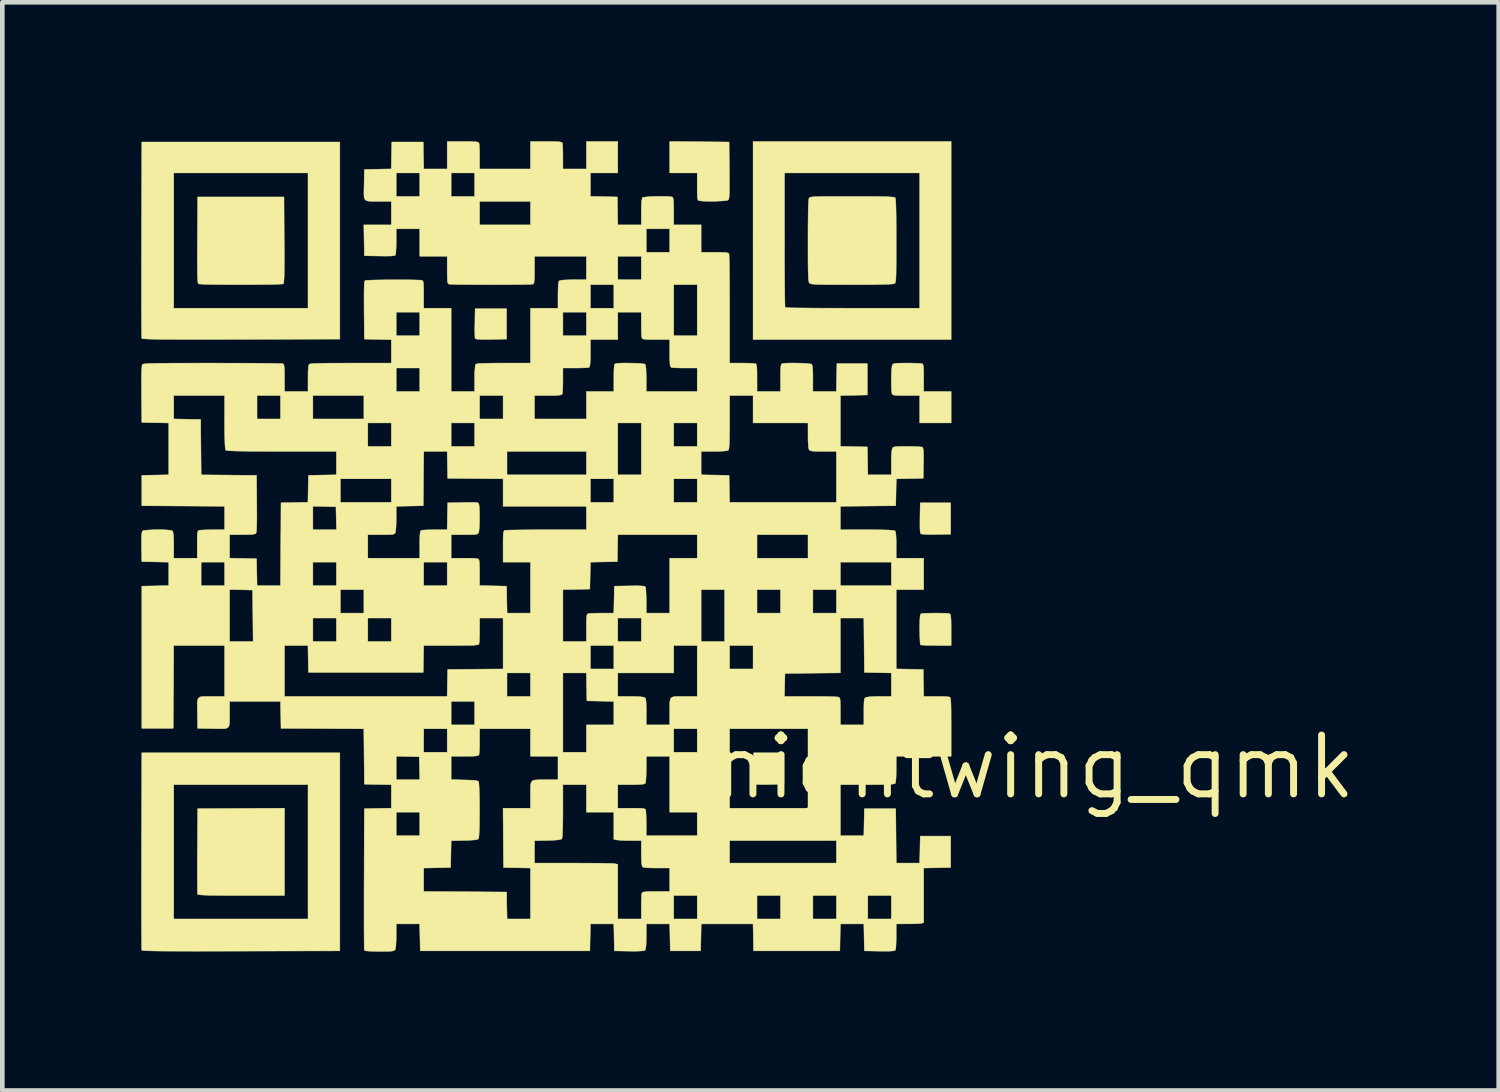
<source format=kicad_pcb>
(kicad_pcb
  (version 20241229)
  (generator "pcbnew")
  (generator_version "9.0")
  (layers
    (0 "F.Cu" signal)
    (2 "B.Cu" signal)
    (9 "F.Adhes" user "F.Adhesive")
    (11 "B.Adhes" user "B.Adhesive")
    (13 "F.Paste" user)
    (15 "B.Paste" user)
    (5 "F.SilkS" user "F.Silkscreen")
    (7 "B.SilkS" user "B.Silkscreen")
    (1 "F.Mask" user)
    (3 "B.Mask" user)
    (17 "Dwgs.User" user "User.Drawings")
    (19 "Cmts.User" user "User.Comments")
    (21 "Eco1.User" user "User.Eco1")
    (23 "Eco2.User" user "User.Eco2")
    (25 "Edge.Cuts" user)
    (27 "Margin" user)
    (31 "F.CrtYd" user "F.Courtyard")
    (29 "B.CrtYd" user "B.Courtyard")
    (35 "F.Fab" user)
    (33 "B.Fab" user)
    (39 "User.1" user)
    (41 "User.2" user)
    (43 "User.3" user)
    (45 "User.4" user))
  (footprint "nightwing_qmk"
    (layer "F.Cu")
    (at 19.284 13.51)
    (property "Reference" "nightwing_qmk" (at 0 0 0) (layer "F.SilkS") (effects (font (size 1.27 1.27) (thickness 0.15))))
    (attr through_hole)
    (fp_poly (pts (xy -1.81 -5.027) (xy -2.117 -5.022) (xy -2.228 -5.021) (xy -2.325 -5.023) (xy -2.4 -5.026) (xy -2.444 -5.032) (xy -2.451 -5.034) (xy -2.461 -5.052) (xy -2.469 -5.094) (xy -2.472 -5.164) (xy -2.473 -5.267) (xy -2.472 -5.378) (xy -2.466 -5.704) (xy -1.81 -5.704) (xy -1.81 -5.027)) (stroke (width 0.01) (type solid)) (fill yes) (layer "F.SilkS"))
    (fp_poly (pts (xy -11.398 -9.239) (xy -11.732 -9.233) (xy -11.864 -9.232) (xy -11.959 -9.233) (xy -12.023 -9.237) (xy -12.06 -9.243) (xy -12.076 -9.254) (xy -12.077 -9.256) (xy -12.08 -9.286) (xy -12.082 -9.35) (xy -12.083 -9.44) (xy -12.082 -9.547) (xy -12.081 -9.589) (xy -12.076 -9.895) (xy -11.398 -9.895) (xy -11.398 -9.239)) (stroke (width 0.01) (type solid)) (fill yes) (layer "F.SilkS"))
    (fp_poly (pts (xy -5.408 0.37) (xy -5.731 0.376) (xy -5.861 0.378) (xy -5.954 0.377) (xy -6.016 0.373) (xy -6.051 0.366) (xy -6.065 0.355) (xy -6.065 0.354) (xy -6.069 0.324) (xy -6.071 0.26) (xy -6.072 0.17) (xy -6.071 0.062) (xy -6.07 0.01) (xy -6.064 -0.307) (xy -5.408 -0.307) (xy -5.408 0.37)) (stroke (width 0.01) (type solid)) (fill yes) (layer "F.SilkS"))
    (fp_poly (pts (xy -16.192 2.773) (xy -17.124 2.773) (xy -17.358 2.773) (xy -17.552 2.772) (xy -17.71 2.77) (xy -17.835 2.768) (xy -17.93 2.765) (xy -17.997 2.761) (xy -18.04 2.756) (xy -18.062 2.75) (xy -18.067 2.746) (xy -18.069 2.72) (xy -18.07 2.656) (xy -18.072 2.559) (xy -18.072 2.433) (xy -18.073 2.282) (xy -18.073 2.112) (xy -18.072 1.926) (xy -18.071 1.81) (xy -18.066 0.9) (xy -16.192 0.889) (xy -16.192 2.773)) (stroke (width 0.01) (type solid)) (fill yes) (layer "F.SilkS"))
    (fp_poly (pts (xy -6.593 -13.494) (xy -6.588 -12.88) (xy -6.586 -12.701) (xy -6.586 -12.561) (xy -6.586 -12.453) (xy -6.588 -12.373) (xy -6.592 -12.317) (xy -6.597 -12.28) (xy -6.604 -12.257) (xy -6.614 -12.244) (xy -6.618 -12.24) (xy -6.651 -12.231) (xy -6.716 -12.224) (xy -6.803 -12.219) (xy -6.904 -12.215) (xy -7.008 -12.214) (xy -7.105 -12.216) (xy -7.185 -12.22) (xy -7.24 -12.227) (xy -7.244 -12.228) (xy -7.259 -12.236) (xy -7.269 -12.255) (xy -7.276 -12.291) (xy -7.28 -12.352) (xy -7.281 -12.444) (xy -7.281 -12.532) (xy -7.281 -12.827) (xy -7.874 -12.827) (xy -7.874 -13.505) (xy -6.593 -13.494)) (stroke (width 0.01) (type solid)) (fill yes) (layer "F.SilkS"))
    (fp_poly (pts (xy -1.799 -9.229) (xy -6.075 -9.229) (xy -6.075 -12.827) (xy -5.397 -12.827) (xy -5.397 -11.381) (xy -5.397 -11.137) (xy -5.397 -10.906) (xy -5.396 -10.691) (xy -5.395 -10.495) (xy -5.393 -10.322) (xy -5.391 -10.175) (xy -5.389 -10.059) (xy -5.387 -9.975) (xy -5.385 -9.929) (xy -5.383 -9.92) (xy -5.36 -9.918) (xy -5.298 -9.915) (xy -5.201 -9.913) (xy -5.072 -9.911) (xy -4.914 -9.91) (xy -4.732 -9.908) (xy -4.528 -9.907) (xy -4.306 -9.907) (xy -4.069 -9.906) (xy -3.923 -9.906) (xy -2.477 -9.906) (xy -2.477 -12.827) (xy -5.397 -12.827) (xy -6.075 -12.827) (xy -6.075 -13.504) (xy -1.799 -13.504) (xy -1.799 -9.229)) (stroke (width 0.01) (type solid)) (fill yes) (layer "F.SilkS"))
    (fp_poly (pts (xy -2.032 -3.322) (xy -1.94 -3.32) (xy -1.871 -3.316) (xy -1.834 -3.311) (xy -1.833 -3.31) (xy -1.82 -3.3) (xy -1.811 -3.276) (xy -1.805 -3.234) (xy -1.801 -3.165) (xy -1.799 -3.066) (xy -1.799 -2.961) (xy -1.799 -2.625) (xy -2.124 -2.625) (xy -2.237 -2.626) (xy -2.335 -2.628) (xy -2.41 -2.632) (xy -2.454 -2.636) (xy -2.462 -2.639) (xy -2.467 -2.664) (xy -2.471 -2.724) (xy -2.475 -2.81) (xy -2.476 -2.916) (xy -2.477 -2.975) (xy -2.476 -3.101) (xy -2.474 -3.191) (xy -2.469 -3.25) (xy -2.462 -3.286) (xy -2.452 -3.305) (xy -2.443 -3.31) (xy -2.41 -3.315) (xy -2.344 -3.319) (xy -2.254 -3.322) (xy -2.149 -3.323) (xy -2.138 -3.323) (xy -2.032 -3.322)) (stroke (width 0.01) (type solid)) (fill yes) (layer "F.SilkS"))
    (fp_poly (pts (xy -16.198 -11.378) (xy -16.196 -11.146) (xy -16.196 -10.952) (xy -16.197 -10.794) (xy -16.198 -10.67) (xy -16.2 -10.575) (xy -16.204 -10.507) (xy -16.209 -10.462) (xy -16.214 -10.438) (xy -16.219 -10.432) (xy -16.245 -10.428) (xy -16.309 -10.425) (xy -16.406 -10.422) (xy -16.532 -10.419) (xy -16.682 -10.417) (xy -16.852 -10.416) (xy -17.037 -10.415) (xy -17.134 -10.415) (xy -17.325 -10.415) (xy -17.503 -10.416) (xy -17.663 -10.418) (xy -17.802 -10.42) (xy -17.915 -10.423) (xy -17.996 -10.426) (xy -18.042 -10.43) (xy -18.05 -10.432) (xy -18.057 -10.444) (xy -18.062 -10.476) (xy -18.066 -10.528) (xy -18.069 -10.606) (xy -18.071 -10.711) (xy -18.073 -10.848) (xy -18.073 -11.018) (xy -18.072 -11.225) (xy -18.071 -11.378) (xy -18.066 -12.308) (xy -16.203 -12.308) (xy -16.198 -11.378)) (stroke (width 0.01) (type solid)) (fill yes) (layer "F.SilkS"))
    (fp_poly (pts (xy -14.997 -9.239) (xy -17.13 -9.234) (xy -17.49 -9.233) (xy -17.81 -9.233) (xy -18.092 -9.232) (xy -18.338 -9.233) (xy -18.55 -9.233) (xy -18.73 -9.234) (xy -18.881 -9.235) (xy -19.003 -9.237) (xy -19.1 -9.239) (xy -19.173 -9.242) (xy -19.225 -9.245) (xy -19.257 -9.249) (xy -19.272 -9.253) (xy -19.273 -9.255) (xy -19.274 -9.279) (xy -19.276 -9.343) (xy -19.277 -9.444) (xy -19.278 -9.578) (xy -19.278 -9.743) (xy -19.279 -9.936) (xy -19.279 -10.154) (xy -19.279 -10.393) (xy -19.279 -10.653) (xy -19.279 -10.928) (xy -19.278 -11.217) (xy -19.278 -11.388) (xy -19.274 -12.827) (xy -18.584 -12.827) (xy -18.584 -9.906) (xy -15.684 -9.906) (xy -15.684 -12.827) (xy -18.584 -12.827) (xy -19.274 -12.827) (xy -19.272 -13.494) (xy -14.997 -13.494) (xy -14.997 -9.239)) (stroke (width 0.01) (type solid)) (fill yes) (layer "F.SilkS"))
    (fp_poly (pts (xy -14.997 3.969) (xy -17.13 3.974) (xy -17.49 3.975) (xy -17.81 3.975) (xy -18.092 3.976) (xy -18.338 3.975) (xy -18.55 3.975) (xy -18.73 3.974) (xy -18.881 3.973) (xy -19.003 3.971) (xy -19.1 3.969) (xy -19.173 3.966) (xy -19.225 3.963) (xy -19.257 3.959) (xy -19.272 3.955) (xy -19.273 3.953) (xy -19.274 3.929) (xy -19.276 3.865) (xy -19.277 3.764) (xy -19.277 3.63) (xy -19.278 3.465) (xy -19.279 3.272) (xy -19.279 3.054) (xy -19.279 2.814) (xy -19.279 2.555) (xy -19.279 2.279) (xy -19.278 1.989) (xy -19.278 1.81) (xy -19.274 0.381) (xy -18.584 0.381) (xy -18.584 3.281) (xy -15.684 3.281) (xy -15.684 0.381) (xy -18.584 0.381) (xy -19.274 0.381) (xy -19.272 -0.307) (xy -14.997 -0.307) (xy -14.997 3.969)) (stroke (width 0.01) (type solid)) (fill yes) (layer "F.SilkS"))
    (fp_poly (pts (xy -2.643 -8.72) (xy -2.547 -8.717) (xy -2.473 -8.714) (xy -2.43 -8.709) (xy -2.425 -8.708) (xy -2.412 -8.697) (xy -2.402 -8.672) (xy -2.396 -8.626) (xy -2.393 -8.553) (xy -2.392 -8.446) (xy -2.392 -8.401) (xy -2.392 -8.107) (xy -1.799 -8.107) (xy -1.799 -7.429) (xy -2.477 -7.429) (xy -2.477 -8.022) (xy -2.77 -8.022) (xy -2.887 -8.022) (xy -2.968 -8.024) (xy -3.021 -8.028) (xy -3.052 -8.035) (xy -3.067 -8.046) (xy -3.075 -8.064) (xy -3.077 -8.07) (xy -3.084 -8.118) (xy -3.088 -8.195) (xy -3.09 -8.29) (xy -3.089 -8.393) (xy -3.087 -8.493) (xy -3.082 -8.582) (xy -3.076 -8.648) (xy -3.068 -8.68) (xy -3.056 -8.696) (xy -3.036 -8.707) (xy -3.001 -8.715) (xy -2.943 -8.719) (xy -2.856 -8.72) (xy -2.753 -8.721) (xy -2.643 -8.72)) (stroke (width 0.01) (type solid)) (fill yes) (layer "F.SilkS"))
    (fp_poly (pts (xy -3.704 -12.319) (xy -3.508 -12.318) (xy -3.349 -12.316) (xy -3.223 -12.313) (xy -3.129 -12.31) (xy -3.064 -12.305) (xy -3.025 -12.3) (xy -3.01 -12.294) (xy -3.003 -12.276) (xy -2.998 -12.234) (xy -2.993 -12.166) (xy -2.99 -12.069) (xy -2.987 -11.94) (xy -2.986 -11.777) (xy -2.985 -11.577) (xy -2.985 -11.363) (xy -2.985 -11.144) (xy -2.985 -10.963) (xy -2.986 -10.816) (xy -2.987 -10.701) (xy -2.989 -10.612) (xy -2.992 -10.547) (xy -2.996 -10.501) (xy -3.001 -10.471) (xy -3.008 -10.453) (xy -3.016 -10.442) (xy -3.025 -10.436) (xy -3.058 -10.43) (xy -3.132 -10.425) (xy -3.246 -10.421) (xy -3.398 -10.417) (xy -3.586 -10.415) (xy -3.81 -10.414) (xy -3.945 -10.414) (xy -4.163 -10.414) (xy -4.344 -10.415) (xy -4.489 -10.416) (xy -4.604 -10.418) (xy -4.692 -10.42) (xy -4.756 -10.424) (xy -4.801 -10.428) (xy -4.831 -10.434) (xy -4.849 -10.442) (xy -4.856 -10.447) (xy -4.865 -10.46) (xy -4.871 -10.481) (xy -4.877 -10.516) (xy -4.881 -10.567) (xy -4.884 -10.639) (xy -4.887 -10.736) (xy -4.888 -10.86) (xy -4.889 -11.017) (xy -4.889 -11.21) (xy -4.889 -11.359) (xy -4.889 -11.601) (xy -4.887 -11.809) (xy -4.885 -11.981) (xy -4.881 -12.115) (xy -4.876 -12.21) (xy -4.871 -12.265) (xy -4.868 -12.278) (xy -4.861 -12.288) (xy -4.85 -12.296) (xy -4.83 -12.303) (xy -4.799 -12.308) (xy -4.752 -12.312) (xy -4.685 -12.315) (xy -4.594 -12.317) (xy -4.476 -12.318) (xy -4.327 -12.319) (xy -4.143 -12.319) (xy -3.94 -12.319) (xy -3.704 -12.319)) (stroke (width 0.01) (type solid)) (fill yes) (layer "F.SilkS"))
    (fp_poly (pts (xy -12.214 -13.504) (xy -12.121 -13.502) (xy -12.059 -13.498) (xy -12.021 -13.491) (xy -12 -13.481) (xy -11.993 -13.471) (xy -11.988 -13.438) (xy -11.984 -13.371) (xy -11.981 -13.282) (xy -11.98 -13.178) (xy -11.98 -13.175) (xy -11.98 -12.912) (xy -10.88 -12.912) (xy -10.88 -13.504) (xy -10.543 -13.504) (xy -10.414 -13.504) (xy -10.322 -13.502) (xy -10.26 -13.498) (xy -10.221 -13.491) (xy -10.201 -13.481) (xy -10.194 -13.471) (xy -10.189 -13.438) (xy -10.185 -13.371) (xy -10.182 -13.282) (xy -10.181 -13.178) (xy -10.181 -13.175) (xy -10.181 -12.912) (xy -9.673 -12.912) (xy -9.673 -13.504) (xy -8.996 -13.504) (xy -8.996 -12.827) (xy -9.588 -12.827) (xy -9.588 -12.32) (xy -9.006 -12.308) (xy -9.001 -12.007) (xy -8.995 -11.705) (xy -8.488 -11.705) (xy -8.488 -11.987) (xy -8.486 -12.124) (xy -8.48 -12.221) (xy -8.47 -12.278) (xy -8.462 -12.294) (xy -8.434 -12.302) (xy -8.372 -12.309) (xy -8.287 -12.315) (xy -8.188 -12.319) (xy -8.084 -12.32) (xy -7.986 -12.32) (xy -7.903 -12.316) (xy -7.843 -12.311) (xy -7.823 -12.306) (xy -7.809 -12.295) (xy -7.8 -12.27) (xy -7.794 -12.224) (xy -7.791 -12.151) (xy -7.789 -12.044) (xy -7.789 -11.999) (xy -7.789 -11.705) (xy -7.197 -11.705) (xy -7.197 -11.113) (xy -6.903 -11.113) (xy -6.783 -11.112) (xy -6.699 -11.109) (xy -6.645 -11.104) (xy -6.613 -11.096) (xy -6.598 -11.084) (xy -6.596 -11.079) (xy -6.593 -11.052) (xy -6.591 -10.987) (xy -6.589 -10.887) (xy -6.587 -10.757) (xy -6.586 -10.6) (xy -6.584 -10.421) (xy -6.583 -10.224) (xy -6.583 -10.012) (xy -6.583 -9.883) (xy -6.583 -8.721) (xy -6.32 -8.721) (xy -6.216 -8.72) (xy -6.126 -8.717) (xy -6.059 -8.713) (xy -6.024 -8.708) (xy -6.024 -8.708) (xy -6.01 -8.697) (xy -6.001 -8.672) (xy -5.995 -8.626) (xy -5.991 -8.553) (xy -5.99 -8.446) (xy -5.99 -8.401) (xy -5.99 -8.107) (xy -5.482 -8.107) (xy -5.482 -8.401) (xy -5.482 -8.52) (xy -5.479 -8.604) (xy -5.474 -8.659) (xy -5.466 -8.69) (xy -5.454 -8.705) (xy -5.449 -8.708) (xy -5.408 -8.715) (xy -5.338 -8.72) (xy -5.247 -8.722) (xy -5.145 -8.721) (xy -5.043 -8.719) (xy -4.948 -8.715) (xy -4.871 -8.708) (xy -4.822 -8.701) (xy -4.809 -8.695) (xy -4.797 -8.662) (xy -4.789 -8.59) (xy -4.784 -8.478) (xy -4.784 -8.388) (xy -4.784 -8.107) (xy -4.277 -8.107) (xy -4.265 -8.71) (xy -3.609 -8.71) (xy -3.609 -8.033) (xy -4.191 -8.021) (xy -4.191 -6.923) (xy -3.609 -6.911) (xy -3.603 -6.609) (xy -3.597 -6.308) (xy -3.09 -6.308) (xy -3.09 -6.574) (xy -3.089 -6.679) (xy -3.084 -6.772) (xy -3.077 -6.842) (xy -3.069 -6.88) (xy -3.068 -6.881) (xy -3.057 -6.897) (xy -3.037 -6.908) (xy -3.002 -6.915) (xy -2.945 -6.919) (xy -2.859 -6.921) (xy -2.746 -6.921) (xy -2.635 -6.92) (xy -2.539 -6.917) (xy -2.466 -6.912) (xy -2.424 -6.906) (xy -2.418 -6.904) (xy -2.407 -6.886) (xy -2.4 -6.844) (xy -2.396 -6.775) (xy -2.395 -6.672) (xy -2.397 -6.56) (xy -2.402 -6.234) (xy -2.693 -6.228) (xy -2.983 -6.222) (xy -2.989 -5.931) (xy -2.995 -5.641) (xy -3.593 -5.635) (xy -4.191 -5.63) (xy -4.191 -5.122) (xy -3.613 -5.122) (xy -3.425 -5.122) (xy -3.276 -5.12) (xy -3.163 -5.117) (xy -3.083 -5.112) (xy -3.033 -5.106) (xy -3.01 -5.097) (xy -3.01 -5.097) (xy -2.998 -5.064) (xy -2.989 -4.992) (xy -2.985 -4.879) (xy -2.985 -4.79) (xy -2.985 -4.508) (xy -2.392 -4.508) (xy -2.392 -3.831) (xy -2.985 -3.831) (xy -2.985 -2.118) (xy -2.402 -2.106) (xy -2.397 -1.815) (xy -2.391 -1.524) (xy -2.128 -1.524) (xy -2.025 -1.523) (xy -1.935 -1.52) (xy -1.868 -1.516) (xy -1.833 -1.511) (xy -1.833 -1.511) (xy -1.823 -1.503) (xy -1.815 -1.485) (xy -1.81 -1.453) (xy -1.805 -1.401) (xy -1.802 -1.326) (xy -1.8 -1.223) (xy -1.8 -1.088) (xy -1.799 -0.916) (xy -1.799 -0.866) (xy -1.799 -0.233) (xy -2.985 -0.233) (xy -2.985 0.049) (xy -2.986 0.186) (xy -2.992 0.283) (xy -3.002 0.34) (xy -3.01 0.356) (xy -3.032 0.364) (xy -3.08 0.37) (xy -3.158 0.375) (xy -3.27 0.378) (xy -3.417 0.38) (xy -3.604 0.381) (xy -3.613 0.381) (xy -4.191 0.381) (xy -4.191 1.482) (xy -3.684 1.482) (xy -3.678 1.191) (xy -3.672 0.9) (xy -2.995 0.9) (xy -2.989 1.487) (xy -2.984 2.074) (xy -2.478 2.074) (xy -2.466 1.492) (xy -1.81 1.492) (xy -1.81 2.17) (xy -2.101 2.175) (xy -2.392 2.181) (xy -2.392 3.361) (xy -2.439 3.373) (xy -2.479 3.378) (xy -2.55 3.383) (xy -2.643 3.385) (xy -2.736 3.386) (xy -2.985 3.387) (xy -2.985 3.657) (xy -2.986 3.761) (xy -2.99 3.851) (xy -2.995 3.918) (xy -3.002 3.952) (xy -3.002 3.953) (xy -3.02 3.964) (xy -3.062 3.971) (xy -3.131 3.975) (xy -3.234 3.976) (xy -3.346 3.975) (xy -3.672 3.969) (xy -3.678 3.678) (xy -3.684 3.387) (xy -4.19 3.387) (xy -4.196 3.678) (xy -4.202 3.969) (xy -6.064 3.969) (xy -6.07 3.678) (xy -6.076 3.387) (xy -7.195 3.387) (xy -7.201 3.678) (xy -7.207 3.969) (xy -7.863 3.969) (xy -7.869 3.678) (xy -7.875 3.387) (xy -8.382 3.387) (xy -8.382 3.659) (xy -8.383 3.781) (xy -8.387 3.866) (xy -8.395 3.921) (xy -8.406 3.95) (xy -8.411 3.956) (xy -8.445 3.967) (xy -8.517 3.973) (xy -8.629 3.976) (xy -8.755 3.975) (xy -9.07 3.969) (xy -9.076 3.678) (xy -9.082 3.387) (xy -9.587 3.387) (xy -9.593 3.678) (xy -9.599 3.969) (xy -13.261 3.969) (xy -13.267 3.678) (xy -13.273 3.387) (xy -13.78 3.387) (xy -13.78 3.642) (xy -13.781 3.745) (xy -13.786 3.836) (xy -13.793 3.904) (xy -13.801 3.938) (xy -13.813 3.954) (xy -13.832 3.965) (xy -13.866 3.973) (xy -13.921 3.977) (xy -14.005 3.979) (xy -14.122 3.979) (xy -14.141 3.979) (xy -14.273 3.978) (xy -14.368 3.975) (xy -14.429 3.969) (xy -14.461 3.96) (xy -14.468 3.953) (xy -14.47 3.928) (xy -14.471 3.864) (xy -14.472 3.764) (xy -14.473 3.633) (xy -14.474 3.473) (xy -14.474 3.288) (xy -14.474 3.081) (xy -14.474 2.855) (xy -14.474 2.615) (xy -14.473 2.413) (xy -14.472 2.181) (xy -13.187 2.181) (xy -13.187 2.688) (xy -12.293 2.693) (xy -11.398 2.699) (xy -11.386 3.281) (xy -10.88 3.281) (xy -10.88 2.181) (xy -11.171 2.175) (xy -11.462 2.17) (xy -11.467 1.591) (xy -10.795 1.591) (xy -10.795 2.074) (xy -9.962 2.074) (xy -9.775 2.075) (xy -9.6 2.076) (xy -9.441 2.077) (xy -9.303 2.079) (xy -9.191 2.081) (xy -9.111 2.084) (xy -9.066 2.087) (xy -9.062 2.088) (xy -8.996 2.101) (xy -8.996 3.281) (xy -8.488 3.281) (xy -8.488 3.018) (xy -8.487 2.914) (xy -8.484 2.824) (xy -8.481 2.773) (xy -7.789 2.773) (xy -7.789 3.281) (xy -7.281 3.281) (xy -7.281 2.773) (xy -5.99 2.773) (xy -5.99 3.281) (xy -5.482 3.281) (xy -5.482 2.773) (xy -4.784 2.773) (xy -4.784 3.281) (xy -4.276 3.281) (xy -4.276 2.773) (xy -3.598 2.773) (xy -3.598 3.281) (xy -3.09 3.281) (xy -3.09 2.773) (xy -3.598 2.773) (xy -4.276 2.773) (xy -4.784 2.773) (xy -5.482 2.773) (xy -5.99 2.773) (xy -7.281 2.773) (xy -7.789 2.773) (xy -8.481 2.773) (xy -8.48 2.757) (xy -8.475 2.722) (xy -8.475 2.722) (xy -8.464 2.708) (xy -8.439 2.699) (xy -8.393 2.693) (xy -8.32 2.689) (xy -8.213 2.688) (xy -8.168 2.688) (xy -7.874 2.688) (xy -7.874 2.18) (xy -8.156 2.18) (xy -8.293 2.178) (xy -8.39 2.172) (xy -8.447 2.163) (xy -8.462 2.155) (xy -8.475 2.12) (xy -8.483 2.046) (xy -8.487 1.931) (xy -8.488 1.858) (xy -8.488 1.587) (xy -6.583 1.587) (xy -6.583 2.074) (xy -4.276 2.074) (xy -4.276 1.587) (xy -6.583 1.587) (xy -8.488 1.587) (xy -8.718 1.587) (xy -8.82 1.586) (xy -8.913 1.583) (xy -8.984 1.578) (xy -9.014 1.574) (xy -9.081 1.561) (xy -9.081 0.974) (xy -9.673 0.974) (xy -9.673 0.381) (xy -8.996 0.381) (xy -8.996 0.889) (xy -8.702 0.889) (xy -8.582 0.89) (xy -8.498 0.892) (xy -8.444 0.897) (xy -8.413 0.905) (xy -8.397 0.917) (xy -8.395 0.922) (xy -8.39 0.956) (xy -8.386 1.022) (xy -8.383 1.111) (xy -8.382 1.215) (xy -8.382 1.219) (xy -8.382 1.482) (xy -7.281 1.482) (xy -7.281 0.974) (xy -7.874 0.974) (xy -7.874 -0.233) (xy -8.382 -0.233) (xy -8.382 0.049) (xy -8.384 0.186) (xy -8.39 0.283) (xy -8.399 0.34) (xy -8.407 0.356) (xy -8.441 0.368) (xy -8.513 0.376) (xy -8.625 0.38) (xy -8.714 0.381) (xy -8.996 0.381) (xy -9.673 0.381) (xy -10.181 0.381) (xy -10.181 0.947) (xy -10.182 1.104) (xy -10.184 1.246) (xy -10.188 1.366) (xy -10.192 1.46) (xy -10.197 1.522) (xy -10.202 1.545) (xy -10.219 1.559) (xy -10.255 1.569) (xy -10.317 1.576) (xy -10.409 1.581) (xy -10.508 1.584) (xy -10.795 1.591) (xy -11.467 1.591) (xy -11.473 0.889) (xy -10.88 0.889) (xy -10.88 0.595) (xy -10.88 0.476) (xy -10.878 0.391) (xy -10.867 0.334) (xy -10.841 0.3) (xy -10.795 0.282) (xy -10.722 0.276) (xy -10.616 0.275) (xy -10.536 0.275) (xy -10.287 0.275) (xy -10.287 -0.233) (xy -10.88 -0.233) (xy -10.88 -0.826) (xy -11.98 -0.826) (xy -11.98 -0.563) (xy -11.981 -0.459) (xy -11.984 -0.369) (xy -11.988 -0.301) (xy -11.993 -0.267) (xy -11.993 -0.266) (xy -12.004 -0.253) (xy -12.029 -0.243) (xy -12.075 -0.237) (xy -12.148 -0.234) (xy -12.255 -0.233) (xy -12.3 -0.233) (xy -12.594 -0.233) (xy -12.594 0.272) (xy -12.308 0.279) (xy -12.186 0.283) (xy -12.1 0.288) (xy -12.045 0.296) (xy -12.013 0.306) (xy -12.001 0.318) (xy -11.996 0.347) (xy -11.991 0.413) (xy -11.987 0.511) (xy -11.984 0.636) (xy -11.982 0.781) (xy -11.981 0.931) (xy -11.982 1.092) (xy -11.984 1.236) (xy -11.987 1.359) (xy -11.991 1.455) (xy -11.996 1.519) (xy -12.001 1.545) (xy -12.018 1.559) (xy -12.055 1.569) (xy -12.116 1.576) (xy -12.209 1.581) (xy -12.307 1.584) (xy -12.593 1.591) (xy -12.599 1.88) (xy -12.605 2.17) (xy -12.896 2.175) (xy -13.187 2.181) (xy -14.472 2.181) (xy -14.468 0.974) (xy -13.78 0.974) (xy -13.78 1.482) (xy -13.271 1.482) (xy -13.271 0.974) (xy -13.78 0.974) (xy -14.468 0.974) (xy -14.467 0.9) (xy -14.176 0.894) (xy -13.885 0.888) (xy -13.885 0.382) (xy -14.176 0.376) (xy -14.467 0.37) (xy -14.468 0.275) (xy -13.78 0.275) (xy -13.27 0.275) (xy -13.276 0.026) (xy -13.282 -0.222) (xy -13.531 -0.228) (xy -13.78 -0.234) (xy -13.78 0.275) (xy -14.468 0.275) (xy -14.479 -0.825) (xy -14.553 -0.826) (xy -13.187 -0.826) (xy -13.187 -0.318) (xy -12.679 -0.318) (xy -12.679 -0.826) (xy -13.187 -0.826) (xy -14.553 -0.826) (xy -15.373 -0.831) (xy -16.267 -0.836) (xy -16.272 -1.127) (xy -16.278 -1.418) (xy -12.594 -1.418) (xy -12.594 -0.91) (xy -12.086 -0.91) (xy -12.086 -1.418) (xy -12.594 -1.418) (xy -16.278 -1.418) (xy -17.378 -1.418) (xy -17.378 -1.169) (xy -17.378 -1.043) (xy -17.379 -0.951) (xy -17.39 -0.89) (xy -17.414 -0.852) (xy -17.458 -0.833) (xy -17.529 -0.827) (xy -17.631 -0.828) (xy -17.735 -0.83) (xy -18.066 -0.836) (xy -18.072 -1.167) (xy -18.075 -1.298) (xy -18.075 -1.392) (xy -18.066 -1.456) (xy -18.043 -1.495) (xy -18 -1.516) (xy -17.932 -1.523) (xy -17.833 -1.524) (xy -17.732 -1.524) (xy -17.484 -1.524) (xy -17.484 -2.625) (xy -16.192 -2.625) (xy -16.192 -1.524) (xy -12.68 -1.524) (xy -12.674 -1.815) (xy -12.67 -2.032) (xy -11.388 -2.032) (xy -11.388 -1.524) (xy -10.88 -1.524) (xy -10.88 -2.032) (xy -10.181 -2.032) (xy -10.181 -0.318) (xy -9.673 -0.318) (xy -9.673 -0.826) (xy -7.789 -0.826) (xy -7.789 -0.318) (xy -7.281 -0.318) (xy -7.281 -0.826) (xy -6.583 -0.826) (xy -6.583 0.889) (xy -4.889 0.889) (xy -4.889 -0.826) (xy -6.583 -0.826) (xy -7.281 -0.826) (xy -7.789 -0.826) (xy -9.673 -0.826) (xy -9.673 -0.91) (xy -9.081 -0.91) (xy -9.081 -1.417) (xy -9.372 -1.423) (xy -9.663 -1.429) (xy -9.674 -2.032) (xy -8.996 -2.032) (xy -8.996 -1.524) (xy -8.73 -1.524) (xy -8.625 -1.522) (xy -8.532 -1.518) (xy -8.462 -1.511) (xy -8.424 -1.503) (xy -8.423 -1.502) (xy -8.406 -1.49) (xy -8.395 -1.469) (xy -8.388 -1.433) (xy -8.384 -1.374) (xy -8.382 -1.286) (xy -8.382 -1.195) (xy -8.382 -0.91) (xy -7.874 -0.91) (xy -7.874 -1.204) (xy -7.875 -1.323) (xy -7.872 -1.408) (xy -7.861 -1.465) (xy -7.836 -1.5) (xy -7.789 -1.517) (xy -7.716 -1.524) (xy -7.61 -1.524) (xy -7.53 -1.524) (xy -7.281 -1.524) (xy -5.399 -1.524) (xy -4.843 -1.524) (xy -4.691 -1.523) (xy -4.551 -1.522) (xy -4.43 -1.52) (xy -4.333 -1.517) (xy -4.267 -1.514) (xy -4.239 -1.511) (xy -4.22 -1.504) (xy -4.207 -1.491) (xy -4.198 -1.466) (xy -4.194 -1.42) (xy -4.192 -1.348) (xy -4.191 -1.242) (xy -4.191 -1.204) (xy -4.191 -0.91) (xy -3.683 -0.91) (xy -3.683 -1.195) (xy -3.683 -1.311) (xy -3.68 -1.391) (xy -3.676 -1.444) (xy -3.668 -1.476) (xy -3.655 -1.493) (xy -3.642 -1.502) (xy -3.606 -1.511) (xy -3.537 -1.518) (xy -3.445 -1.522) (xy -3.346 -1.524) (xy -3.09 -1.524) (xy -3.09 -2.031) (xy -3.381 -2.037) (xy -3.672 -2.043) (xy -3.678 -2.63) (xy -3.684 -3.217) (xy -4.191 -3.217) (xy -4.191 -2.033) (xy -4.789 -2.027) (xy -5.387 -2.021) (xy -5.393 -1.773) (xy -5.399 -1.524) (xy -7.281 -1.524) (xy -7.281 -2.625) (xy -6.583 -2.625) (xy -6.583 -2.117) (xy -6.075 -2.117) (xy -6.075 -2.625) (xy -6.583 -2.625) (xy -7.281 -2.625) (xy -7.789 -2.625) (xy -7.789 -2.032) (xy -8.996 -2.032) (xy -9.674 -2.032) (xy -10.181 -2.032) (xy -10.88 -2.032) (xy -11.388 -2.032) (xy -12.67 -2.032) (xy -12.668 -2.106) (xy -12.07 -2.112) (xy -11.472 -2.117) (xy -11.472 -2.625) (xy -9.588 -2.625) (xy -9.588 -2.117) (xy -9.081 -2.117) (xy -9.081 -2.625) (xy -9.588 -2.625) (xy -11.472 -2.625) (xy -11.472 -3.217) (xy -11.98 -3.217) (xy -11.98 -2.954) (xy -11.981 -2.851) (xy -11.984 -2.76) (xy -11.988 -2.693) (xy -11.993 -2.659) (xy -11.993 -2.658) (xy -12.001 -2.648) (xy -12.02 -2.64) (xy -12.053 -2.635) (xy -12.106 -2.63) (xy -12.184 -2.627) (xy -12.29 -2.626) (xy -12.429 -2.625) (xy -12.596 -2.625) (xy -13.186 -2.625) (xy -13.192 -2.334) (xy -13.197 -2.043) (xy -15.674 -2.043) (xy -15.68 -2.334) (xy -15.686 -2.625) (xy -16.192 -2.625) (xy -17.484 -2.625) (xy -18.584 -2.625) (xy -18.589 -1.73) (xy -18.595 -0.836) (xy -19.272 -0.836) (xy -19.272 -2.709) (xy -17.378 -2.709) (xy -16.869 -2.709) (xy -16.874 -3.217) (xy -15.579 -3.217) (xy -15.579 -2.709) (xy -15.071 -2.709) (xy -15.071 -3.217) (xy -14.393 -3.217) (xy -14.393 -2.709) (xy -13.885 -2.709) (xy -13.885 -3.217) (xy -14.393 -3.217) (xy -15.071 -3.217) (xy -15.579 -3.217) (xy -16.874 -3.217) (xy -16.88 -3.821) (xy -17.129 -3.827) (xy -17.322 -3.831) (xy -14.986 -3.831) (xy -14.986 -3.323) (xy -14.478 -3.323) (xy -14.478 -3.831) (xy -14.986 -3.831) (xy -17.322 -3.831) (xy -17.378 -3.833) (xy -17.378 -2.709) (xy -19.272 -2.709) (xy -19.272 -3.905) (xy -18.69 -3.917) (xy -18.69 -4.423) (xy -18.749 -4.424) (xy -17.992 -4.424) (xy -17.992 -3.916) (xy -17.484 -3.916) (xy -17.484 -4.424) (xy -17.992 -4.424) (xy -18.749 -4.424) (xy -18.981 -4.429) (xy -19.272 -4.434) (xy -19.278 -4.749) (xy -19.279 -4.895) (xy -19.276 -5) (xy -19.269 -5.067) (xy -19.26 -5.093) (xy -19.229 -5.105) (xy -19.166 -5.114) (xy -19.079 -5.12) (xy -18.979 -5.124) (xy -18.875 -5.124) (xy -18.776 -5.121) (xy -18.692 -5.115) (xy -18.633 -5.107) (xy -18.61 -5.097) (xy -18.598 -5.064) (xy -18.589 -4.992) (xy -18.585 -4.879) (xy -18.584 -4.79) (xy -18.584 -4.508) (xy -18.076 -4.508) (xy -18.076 -4.803) (xy -18.076 -4.922) (xy -18.073 -5.006) (xy -18.068 -5.06) (xy -18.06 -5.092) (xy -18.048 -5.107) (xy -18.043 -5.109) (xy -18.01 -5.114) (xy -17.943 -5.118) (xy -17.854 -5.121) (xy -17.75 -5.122) (xy -17.747 -5.122) (xy -17.484 -5.122) (xy -17.484 -5.63) (xy -19.272 -5.641) (xy -19.272 -6.297) (xy -18.69 -6.309) (xy -18.69 -7.428) (xy -19.272 -7.44) (xy -19.278 -8.022) (xy -18.584 -8.022) (xy -18.584 -7.515) (xy -18.293 -7.509) (xy -18.002 -7.504) (xy -17.991 -6.308) (xy -16.796 -6.297) (xy -16.79 -5.686) (xy -16.789 -5.487) (xy -16.789 -5.328) (xy -16.792 -5.207) (xy -16.796 -5.121) (xy -16.801 -5.067) (xy -16.809 -5.046) (xy -16.831 -5.033) (xy -16.877 -5.024) (xy -16.952 -5.019) (xy -17.062 -5.017) (xy -17.105 -5.016) (xy -17.378 -5.016) (xy -17.378 -4.51) (xy -17.087 -4.504) (xy -16.796 -4.498) (xy -16.79 -4.207) (xy -16.784 -3.916) (xy -16.278 -3.916) (xy -16.274 -4.424) (xy -15.579 -4.424) (xy -15.579 -3.916) (xy -15.071 -3.916) (xy -15.071 -4.424) (xy -13.187 -4.424) (xy -13.187 -3.916) (xy -12.679 -3.916) (xy -12.679 -4.424) (xy -13.187 -4.424) (xy -15.071 -4.424) (xy -15.579 -4.424) (xy -16.274 -4.424) (xy -16.272 -4.81) (xy -16.271 -5.016) (xy -14.393 -5.016) (xy -14.393 -4.508) (xy -13.271 -4.508) (xy -13.271 -4.803) (xy -13.271 -4.922) (xy -13.268 -5.006) (xy -13.263 -5.06) (xy -13.255 -5.092) (xy -13.243 -5.107) (xy -13.238 -5.109) (xy -13.205 -5.114) (xy -13.139 -5.119) (xy -13.049 -5.121) (xy -12.946 -5.122) (xy -12.942 -5.122) (xy -12.68 -5.122) (xy -12.674 -5.413) (xy -12.668 -5.704) (xy -12.337 -5.71) (xy -12.213 -5.712) (xy -12.124 -5.713) (xy -12.064 -5.711) (xy -12.028 -5.706) (xy -12.008 -5.697) (xy -11.998 -5.683) (xy -11.994 -5.668) (xy -11.987 -5.62) (xy -11.983 -5.543) (xy -11.981 -5.448) (xy -11.981 -5.345) (xy -11.984 -5.244) (xy -11.988 -5.155) (xy -11.995 -5.089) (xy -12.002 -5.057) (xy -12.014 -5.041) (xy -12.035 -5.029) (xy -12.071 -5.022) (xy -12.13 -5.018) (xy -12.219 -5.017) (xy -12.309 -5.016) (xy -12.594 -5.016) (xy -12.594 -4.508) (xy -12.3 -4.508) (xy -12.181 -4.508) (xy -12.097 -4.505) (xy -12.042 -4.5) (xy -12.011 -4.492) (xy -11.996 -4.48) (xy -11.993 -4.475) (xy -11.988 -4.442) (xy -11.984 -4.376) (xy -11.981 -4.286) (xy -11.98 -4.183) (xy -11.98 -4.179) (xy -11.98 -3.917) (xy -11.689 -3.911) (xy -11.398 -3.905) (xy -11.386 -3.323) (xy -10.88 -3.323) (xy -10.88 -3.83) (xy -10.181 -3.83) (xy -10.181 -2.709) (xy -9.673 -2.709) (xy -9.673 -3.003) (xy -9.673 -3.123) (xy -9.67 -3.207) (xy -9.669 -3.217) (xy -8.996 -3.217) (xy -8.996 -2.709) (xy -8.488 -2.709) (xy -8.488 -3.217) (xy -8.996 -3.217) (xy -9.669 -3.217) (xy -9.665 -3.261) (xy -9.657 -3.293) (xy -9.645 -3.308) (xy -9.64 -3.31) (xy -9.606 -3.315) (xy -9.54 -3.319) (xy -9.451 -3.322) (xy -9.347 -3.323) (xy -9.344 -3.323) (xy -9.082 -3.323) (xy -9.07 -3.905) (xy -8.743 -3.911) (xy -8.61 -3.913) (xy -8.514 -3.911) (xy -8.45 -3.907) (xy -8.413 -3.899) (xy -8.4 -3.89) (xy -8.393 -3.859) (xy -8.388 -3.796) (xy -8.384 -3.707) (xy -8.382 -3.604) (xy -8.382 -3.593) (xy -8.382 -3.323) (xy -7.874 -3.323) (xy -7.874 -3.831) (xy -7.197 -3.831) (xy -7.197 -2.709) (xy -6.689 -2.709) (xy -6.689 -3.831) (xy -5.99 -3.831) (xy -5.99 -3.323) (xy -5.482 -3.323) (xy -5.482 -3.831) (xy -4.784 -3.831) (xy -4.784 -3.323) (xy -4.276 -3.323) (xy -4.276 -3.831) (xy -4.784 -3.831) (xy -5.482 -3.831) (xy -5.99 -3.831) (xy -6.689 -3.831) (xy -7.197 -3.831) (xy -7.874 -3.831) (xy -7.874 -4.424) (xy -4.191 -4.424) (xy -4.191 -3.916) (xy -3.09 -3.916) (xy -3.09 -4.424) (xy -4.191 -4.424) (xy -7.874 -4.424) (xy -7.874 -4.508) (xy -7.281 -4.508) (xy -7.281 -5.016) (xy -5.99 -5.016) (xy -5.99 -4.508) (xy -4.889 -4.508) (xy -4.889 -5.016) (xy -5.99 -5.016) (xy -7.281 -5.016) (xy -8.995 -5.016) (xy -9.001 -4.725) (xy -9.006 -4.434) (xy -9.297 -4.429) (xy -9.587 -4.423) (xy -9.599 -3.842) (xy -9.89 -3.836) (xy -10.181 -3.83) (xy -10.88 -3.83) (xy -10.88 -4.424) (xy -11.472 -4.424) (xy -11.472 -4.76) (xy -11.472 -4.889) (xy -11.47 -4.982) (xy -11.466 -5.044) (xy -11.459 -5.082) (xy -11.449 -5.102) (xy -11.439 -5.109) (xy -11.411 -5.112) (xy -11.345 -5.115) (xy -11.247 -5.117) (xy -11.12 -5.119) (xy -10.969 -5.121) (xy -10.8 -5.122) (xy -10.616 -5.122) (xy -10.539 -5.122) (xy -9.673 -5.122) (xy -9.673 -5.63) (xy -11.472 -5.63) (xy -11.472 -6.222) (xy -11.542 -6.223) (xy -9.588 -6.223) (xy -9.588 -5.715) (xy -9.081 -5.715) (xy -9.081 -6.223) (xy -7.789 -6.223) (xy -7.789 -5.715) (xy -7.281 -5.715) (xy -7.281 -6.223) (xy -7.789 -6.223) (xy -9.081 -6.223) (xy -9.588 -6.223) (xy -11.542 -6.223) (xy -12.07 -6.228) (xy -12.668 -6.234) (xy -12.674 -6.525) (xy -12.68 -6.816) (xy -11.388 -6.816) (xy -11.388 -6.308) (xy -9.673 -6.308) (xy -9.673 -6.816) (xy -11.388 -6.816) (xy -12.68 -6.816) (xy -13.186 -6.816) (xy -13.197 -5.641) (xy -13.488 -5.635) (xy -13.78 -5.629) (xy -13.78 -5.364) (xy -13.781 -5.259) (xy -13.786 -5.166) (xy -13.793 -5.096) (xy -13.801 -5.058) (xy -13.801 -5.057) (xy -13.814 -5.041) (xy -13.834 -5.029) (xy -13.87 -5.022) (xy -13.929 -5.018) (xy -14.018 -5.017) (xy -14.108 -5.016) (xy -14.393 -5.016) (xy -16.271 -5.016) (xy -16.27 -5.122) (xy -15.579 -5.122) (xy -15.069 -5.122) (xy -15.075 -5.371) (xy -15.081 -5.62) (xy -15.33 -5.626) (xy -15.579 -5.632) (xy -15.579 -5.122) (xy -16.27 -5.122) (xy -16.267 -5.704) (xy -15.976 -5.71) (xy -15.686 -5.716) (xy -15.68 -6.007) (xy -15.675 -6.223) (xy -14.986 -6.223) (xy -14.986 -5.715) (xy -13.885 -5.715) (xy -13.885 -6.223) (xy -14.986 -6.223) (xy -15.675 -6.223) (xy -15.674 -6.297) (xy -15.071 -6.309) (xy -15.071 -6.816) (xy -16.252 -6.816) (xy -16.522 -6.816) (xy -16.753 -6.817) (xy -16.946 -6.818) (xy -17.104 -6.82) (xy -17.23 -6.822) (xy -17.326 -6.826) (xy -17.394 -6.83) (xy -17.437 -6.834) (xy -17.457 -6.84) (xy -17.458 -6.841) (xy -17.467 -6.863) (xy -17.473 -6.911) (xy -17.478 -6.99) (xy -17.481 -7.101) (xy -17.483 -7.248) (xy -17.484 -7.429) (xy -14.393 -7.429) (xy -14.393 -6.921) (xy -13.885 -6.921) (xy -13.885 -7.429) (xy -12.594 -7.429) (xy -12.594 -6.921) (xy -12.086 -6.921) (xy -12.086 -7.429) (xy -8.996 -7.429) (xy -8.996 -6.308) (xy -8.488 -6.308) (xy -8.488 -6.816) (xy -7.197 -6.816) (xy -7.197 -6.309) (xy -6.593 -6.297) (xy -6.588 -6.006) (xy -6.582 -5.715) (xy -4.276 -5.715) (xy -4.276 -6.816) (xy -4.561 -6.816) (xy -4.676 -6.816) (xy -4.757 -6.818) (xy -4.809 -6.823) (xy -4.841 -6.831) (xy -4.859 -6.844) (xy -4.868 -6.857) (xy -4.876 -6.893) (xy -4.883 -6.962) (xy -4.888 -7.053) (xy -4.889 -7.158) (xy -4.889 -7.164) (xy -4.889 -7.429) (xy -6.075 -7.429) (xy -6.075 -8.022) (xy -6.583 -8.022) (xy -6.583 -7.444) (xy -6.583 -7.256) (xy -6.585 -7.107) (xy -6.589 -6.994) (xy -6.593 -6.914) (xy -6.6 -6.864) (xy -6.608 -6.841) (xy -6.608 -6.841) (xy -6.642 -6.829) (xy -6.714 -6.821) (xy -6.826 -6.816) (xy -6.915 -6.816) (xy -7.197 -6.816) (xy -8.488 -6.816) (xy -8.488 -7.429) (xy -7.789 -7.429) (xy -7.789 -6.921) (xy -7.281 -6.921) (xy -7.281 -7.429) (xy -7.789 -7.429) (xy -8.488 -7.429) (xy -8.996 -7.429) (xy -12.086 -7.429) (xy -12.594 -7.429) (xy -13.885 -7.429) (xy -14.393 -7.429) (xy -17.484 -7.429) (xy -17.484 -7.435) (xy -17.484 -7.444) (xy -17.484 -8.022) (xy -16.785 -8.022) (xy -16.785 -7.514) (xy -16.277 -7.514) (xy -16.277 -8.022) (xy -15.579 -8.022) (xy -15.579 -7.514) (xy -14.478 -7.514) (xy -14.478 -8.022) (xy -11.98 -8.022) (xy -11.98 -7.514) (xy -11.472 -7.514) (xy -11.472 -8.022) (xy -10.795 -8.022) (xy -10.795 -7.514) (xy -9.673 -7.514) (xy -9.673 -8.107) (xy -9.081 -8.107) (xy -9.081 -8.401) (xy -9.08 -8.52) (xy -9.077 -8.604) (xy -9.072 -8.659) (xy -9.064 -8.69) (xy -9.052 -8.705) (xy -9.047 -8.708) (xy -9.006 -8.715) (xy -8.936 -8.72) (xy -8.845 -8.722) (xy -8.744 -8.721) (xy -8.641 -8.719) (xy -8.547 -8.715) (xy -8.47 -8.708) (xy -8.42 -8.701) (xy -8.407 -8.695) (xy -8.395 -8.662) (xy -8.387 -8.59) (xy -8.383 -8.478) (xy -8.382 -8.388) (xy -8.382 -8.107) (xy -7.281 -8.107) (xy -7.281 -8.615) (xy -7.544 -8.615) (xy -7.648 -8.616) (xy -7.738 -8.619) (xy -7.805 -8.623) (xy -7.84 -8.627) (xy -7.841 -8.628) (xy -7.854 -8.639) (xy -7.864 -8.664) (xy -7.87 -8.71) (xy -7.873 -8.783) (xy -7.874 -8.889) (xy -7.874 -8.935) (xy -7.874 -9.229) (xy -8.168 -9.229) (xy -8.288 -9.229) (xy -8.371 -9.232) (xy -8.426 -9.237) (xy -8.457 -9.245) (xy -8.472 -9.257) (xy -8.475 -9.262) (xy -8.48 -9.295) (xy -8.484 -9.362) (xy -8.487 -9.451) (xy -8.488 -9.555) (xy -8.488 -9.558) (xy -8.488 -9.821) (xy -8.996 -9.821) (xy -8.996 -9.229) (xy -9.588 -9.229) (xy -9.588 -8.935) (xy -9.589 -8.815) (xy -9.592 -8.731) (xy -9.597 -8.677) (xy -9.605 -8.645) (xy -9.617 -8.63) (xy -9.622 -8.628) (xy -9.655 -8.623) (xy -9.721 -8.619) (xy -9.811 -8.616) (xy -9.914 -8.615) (xy -9.918 -8.615) (xy -10.181 -8.615) (xy -10.181 -8.352) (xy -10.182 -8.248) (xy -10.185 -8.158) (xy -10.189 -8.091) (xy -10.194 -8.056) (xy -10.194 -8.056) (xy -10.205 -8.042) (xy -10.23 -8.033) (xy -10.276 -8.027) (xy -10.349 -8.023) (xy -10.456 -8.022) (xy -10.501 -8.022) (xy -10.795 -8.022) (xy -11.472 -8.022) (xy -11.98 -8.022) (xy -14.478 -8.022) (xy -15.579 -8.022) (xy -16.277 -8.022) (xy -16.785 -8.022) (xy -17.484 -8.022) (xy -18.584 -8.022) (xy -19.278 -8.022) (xy -19.278 -8.051) (xy -19.279 -8.25) (xy -19.279 -8.409) (xy -19.276 -8.531) (xy -19.272 -8.617) (xy -19.267 -8.67) (xy -19.259 -8.692) (xy -19.249 -8.697) (xy -19.225 -8.702) (xy -19.186 -8.707) (xy -19.128 -8.71) (xy -19.049 -8.713) (xy -18.946 -8.715) (xy -18.816 -8.717) (xy -18.657 -8.719) (xy -18.466 -8.72) (xy -18.24 -8.72) (xy -17.977 -8.721) (xy -17.747 -8.721) (xy -17.5 -8.72) (xy -17.264 -8.72) (xy -17.043 -8.719) (xy -16.842 -8.718) (xy -16.663 -8.717) (xy -16.51 -8.715) (xy -16.386 -8.713) (xy -16.295 -8.711) (xy -16.241 -8.709) (xy -16.226 -8.708) (xy -16.212 -8.697) (xy -16.203 -8.672) (xy -16.197 -8.626) (xy -16.194 -8.553) (xy -16.193 -8.446) (xy -16.192 -8.401) (xy -16.192 -8.107) (xy -15.684 -8.107) (xy -15.684 -8.388) (xy -15.683 -8.526) (xy -15.677 -8.615) (xy -13.78 -8.615) (xy -13.78 -8.107) (xy -13.271 -8.107) (xy -13.271 -8.615) (xy -13.78 -8.615) (xy -15.677 -8.615) (xy -15.677 -8.622) (xy -15.667 -8.679) (xy -15.659 -8.695) (xy -15.641 -8.702) (xy -15.599 -8.708) (xy -15.53 -8.712) (xy -15.432 -8.715) (xy -15.302 -8.718) (xy -15.138 -8.72) (xy -14.935 -8.72) (xy -14.76 -8.721) (xy -13.885 -8.721) (xy -13.885 -9.227) (xy -14.176 -9.233) (xy -14.467 -9.239) (xy -14.473 -9.821) (xy -13.78 -9.821) (xy -13.78 -9.313) (xy -13.271 -9.313) (xy -13.271 -9.821) (xy -13.78 -9.821) (xy -14.473 -9.821) (xy -14.473 -9.862) (xy -14.474 -10.05) (xy -14.474 -10.2) (xy -14.473 -10.315) (xy -14.47 -10.399) (xy -14.466 -10.455) (xy -14.46 -10.489) (xy -14.452 -10.502) (xy -14.424 -10.507) (xy -14.361 -10.51) (xy -14.269 -10.514) (xy -14.155 -10.516) (xy -14.025 -10.518) (xy -13.886 -10.519) (xy -13.744 -10.519) (xy -13.607 -10.519) (xy -13.481 -10.518) (xy -13.372 -10.516) (xy -13.288 -10.513) (xy -13.235 -10.51) (xy -13.22 -10.507) (xy -13.207 -10.496) (xy -13.197 -10.471) (xy -13.191 -10.425) (xy -13.188 -10.352) (xy -13.187 -10.245) (xy -13.187 -10.2) (xy -13.187 -9.906) (xy -12.594 -9.906) (xy -12.594 -8.107) (xy -12.086 -8.107) (xy -12.086 -8.388) (xy -12.084 -8.526) (xy -12.078 -8.622) (xy -12.069 -8.679) (xy -12.061 -8.695) (xy -12.039 -8.704) (xy -11.991 -8.71) (xy -11.912 -8.715) (xy -11.801 -8.718) (xy -11.653 -8.72) (xy -11.467 -8.721) (xy -11.458 -8.721) (xy -10.88 -8.721) (xy -10.88 -9.821) (xy -10.181 -9.821) (xy -10.181 -9.313) (xy -9.673 -9.313) (xy -9.673 -9.821) (xy -10.181 -9.821) (xy -10.88 -9.821) (xy -10.88 -9.906) (xy -10.287 -9.906) (xy -10.287 -10.188) (xy -10.285 -10.325) (xy -10.28 -10.414) (xy -9.588 -10.414) (xy -9.588 -9.906) (xy -9.081 -9.906) (xy -9.081 -10.414) (xy -7.789 -10.414) (xy -7.789 -9.313) (xy -7.281 -9.313) (xy -7.281 -10.414) (xy -7.789 -10.414) (xy -9.081 -10.414) (xy -9.588 -10.414) (xy -10.28 -10.414) (xy -10.279 -10.422) (xy -10.27 -10.479) (xy -10.262 -10.494) (xy -10.228 -10.507) (xy -10.156 -10.515) (xy -10.044 -10.519) (xy -9.955 -10.52) (xy -9.673 -10.52) (xy -9.673 -11.028) (xy -8.996 -11.028) (xy -8.996 -10.52) (xy -8.488 -10.52) (xy -8.488 -11.028) (xy -8.996 -11.028) (xy -9.673 -11.028) (xy -10.795 -11.028) (xy -10.795 -10.734) (xy -10.796 -10.614) (xy -10.798 -10.53) (xy -10.803 -10.476) (xy -10.811 -10.445) (xy -10.823 -10.429) (xy -10.828 -10.427) (xy -10.857 -10.424) (xy -10.923 -10.421) (xy -11.02 -10.419) (xy -11.143 -10.417) (xy -11.286 -10.416) (xy -11.444 -10.415) (xy -11.612 -10.414) (xy -11.784 -10.414) (xy -11.954 -10.415) (xy -12.117 -10.415) (xy -12.268 -10.417) (xy -12.401 -10.418) (xy -12.51 -10.42) (xy -12.591 -10.423) (xy -12.637 -10.425) (xy -12.645 -10.427) (xy -12.659 -10.438) (xy -12.668 -10.463) (xy -12.674 -10.509) (xy -12.678 -10.582) (xy -12.679 -10.689) (xy -12.679 -10.734) (xy -12.679 -11.028) (xy -13.271 -11.028) (xy -13.271 -11.62) (xy -8.382 -11.62) (xy -8.382 -11.113) (xy -7.874 -11.113) (xy -7.874 -11.62) (xy -8.382 -11.62) (xy -13.271 -11.62) (xy -13.78 -11.62) (xy -13.78 -11.351) (xy -13.781 -11.246) (xy -13.785 -11.156) (xy -13.79 -11.089) (xy -13.797 -11.055) (xy -13.797 -11.054) (xy -13.815 -11.043) (xy -13.857 -11.036) (xy -13.926 -11.032) (xy -14.029 -11.031) (xy -14.141 -11.033) (xy -14.467 -11.038) (xy -14.473 -11.372) (xy -14.479 -11.705) (xy -13.885 -11.705) (xy -13.885 -12.213) (xy -11.98 -12.213) (xy -11.98 -11.705) (xy -10.88 -11.705) (xy -10.88 -12.213) (xy -11.98 -12.213) (xy -13.885 -12.213) (xy -14.134 -12.213) (xy -14.261 -12.213) (xy -14.352 -12.215) (xy -14.414 -12.225) (xy -14.452 -12.249) (xy -14.471 -12.294) (xy -14.477 -12.364) (xy -14.476 -12.466) (xy -14.473 -12.57) (xy -14.469 -12.827) (xy -13.78 -12.827) (xy -13.78 -12.319) (xy -13.271 -12.319) (xy -13.271 -12.827) (xy -12.594 -12.827) (xy -12.594 -12.319) (xy -12.086 -12.319) (xy -12.086 -12.827) (xy -12.594 -12.827) (xy -13.271 -12.827) (xy -13.78 -12.827) (xy -14.469 -12.827) (xy -14.467 -12.901) (xy -13.887 -12.913) (xy -13.881 -13.203) (xy -13.875 -13.494) (xy -13.197 -13.494) (xy -13.192 -13.203) (xy -13.186 -12.912) (xy -12.679 -12.912) (xy -12.679 -13.504) (xy -12.342 -13.504) (xy -12.214 -13.504)) (stroke (width 0.01) (type solid)) (fill yes) (layer "F.SilkS")))
  (gr_rect
    (start -3 -3)
    (end 29.307 20.494)
    (stroke (width 0.1) (type default))
    (fill no)
    (layer "Edge.Cuts")))
</source>
